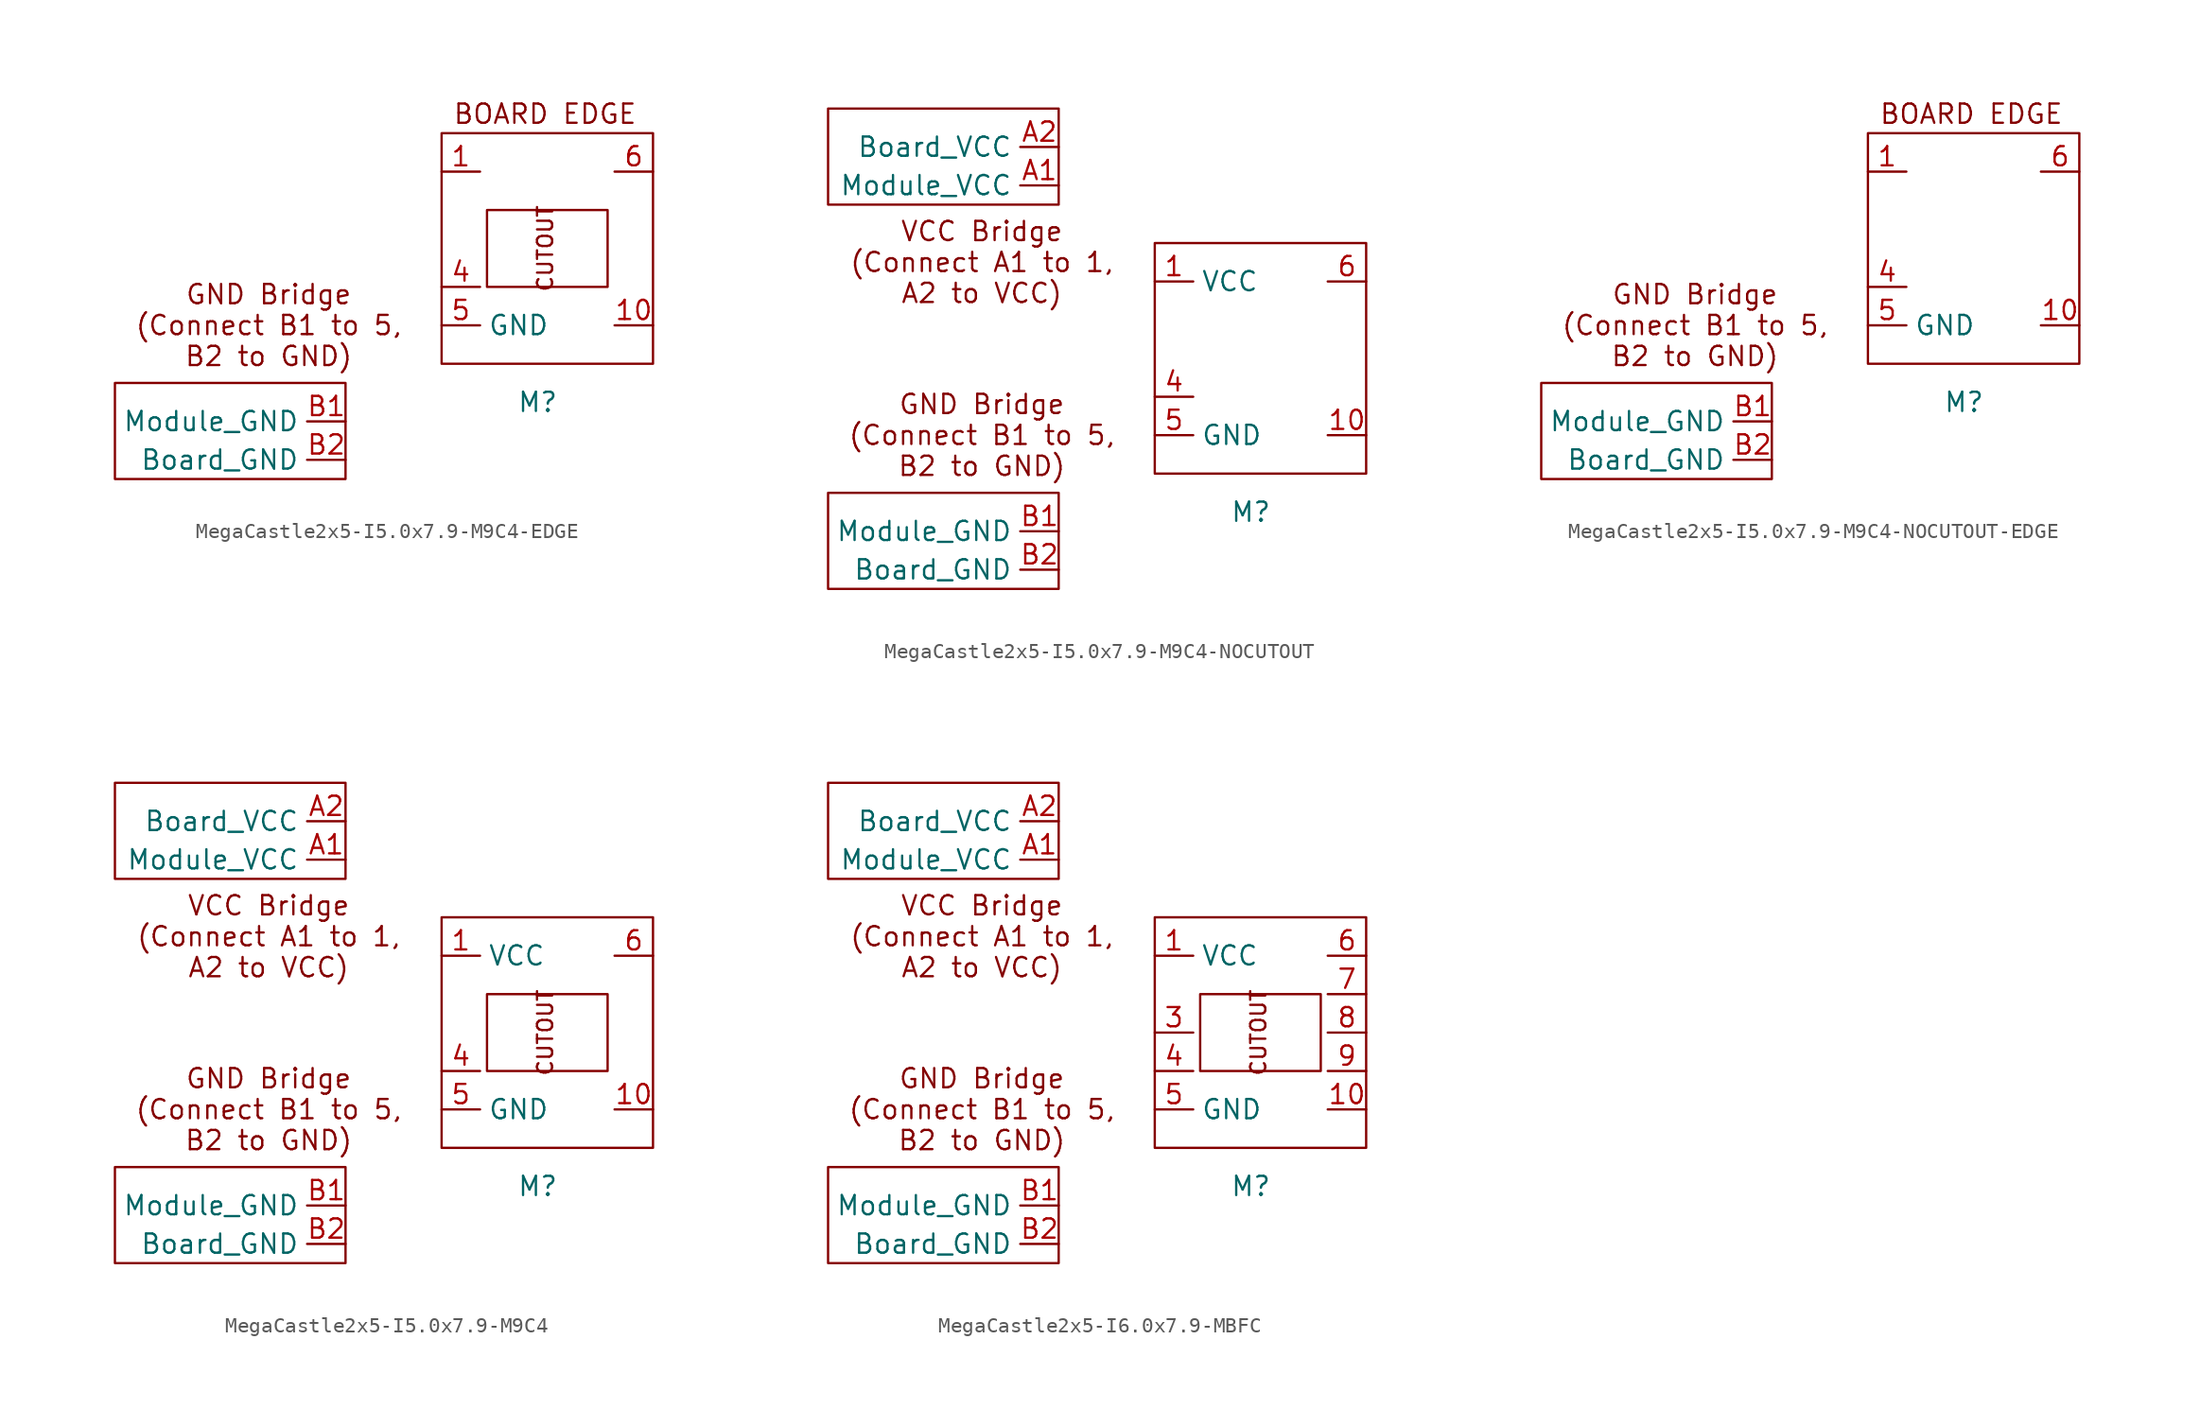
<source format=kicad_sym>
(kicad_symbol_lib
  (version 20231120)
  (generator "kicad_symbol_editor")
  (generator_version "8.0")
  (symbol "MegaCastle2x5-I5.0x7.9-M9C4-EDGE"
    (property "Reference" "M"
      (at 0 -10.16 0)
      (effects (font (size 1.27 1.27))))
    (property "Value" ""
      (at 0 5.08 0)
      (effects (font (size 1.27 1.27))))
    (symbol "MegaCastle2x5-I5.0x7.9-M9C4-EDGE_0_1"
      (rectangle (start -27.94 -8.89) (end -12.7 -15.24) (stroke (width 0) (type default)) (fill (type none)))
      (rectangle (start -6.35 7.62) (end 7.62 -7.62) (stroke (width 0) (type default)) (fill (type none)))
      (rectangle (start -3.35 2.54) (end 4.62 -2.54) (stroke (width 0) (type default)) (fill (type none))))
    (symbol "MegaCastle2x5-I5.0x7.9-M9C4-EDGE_1_1"
      (text " BOARD EDGE" (at 0 8.89 0) (effects (font (size 1.27 1.27))))
      (text "CUTOUT" (at 0.5 0 900) (effects (font (size 1 1))))
      (text "GND Bridge\n(Connect B1 to 5,\nB2 to GND)" (at -17.78 -5.08 0) (effects (font (size 1.27 1.27))))
      (pin bidirectional line (at -6.35 5.08 0) (length 2.54) (name "" (effects (font (size 1.27 1.27)))) (number "1" (effects (font (size 1.27 1.27)))))
      (pin bidirectional line (at 7.62 -5.08 180) (length 2.54) (name "" (effects (font (size 1.27 1.27)))) (number "10" (effects (font (size 1.27 1.27)))))
      (pin bidirectional line (at -6.35 -2.54 0) (length 2.54) (name "" (effects (font (size 1.27 1.27)))) (number "4" (effects (font (size 1.27 1.27)))))
      (pin bidirectional line (at -6.35 -5.08 0) (length 2.54) (name "GND" (effects (font (size 1.27 1.27)))) (number "5" (effects (font (size 1.27 1.27)))))
      (pin bidirectional line (at 7.62 5.08 180) (length 2.54) (name "" (effects (font (size 1.27 1.27)))) (number "6" (effects (font (size 1.27 1.27)))))
      (pin bidirectional line (at -12.7 -11.43 180) (length 2.54) (name "Module_GND" (effects (font (size 1.27 1.27)))) (number "B1" (effects (font (size 1.27 1.27)))))
      (pin bidirectional line (at -12.7 -13.97 180) (length 2.54) (name "Board_GND" (effects (font (size 1.27 1.27)))) (number "B2" (effects (font (size 1.27 1.27)))))))
  (symbol "MegaCastle2x5-I5.0x7.9-M9C4-NOCUTOUT"
    (property "Reference" "M"
      (at 0 -10.16 0)
      (effects (font (size 1.27 1.27))))
    (property "Value" ""
      (at 0 5.08 0)
      (effects (font (size 1.27 1.27))))
    (symbol "MegaCastle2x5-I5.0x7.9-M9C4-NOCUTOUT_0_1"
      (rectangle (start -27.94 -8.89) (end -12.7 -15.24) (stroke (width 0) (type default)) (fill (type none)))
      (rectangle (start -27.94 16.51) (end -12.7 10.16) (stroke (width 0) (type default)) (fill (type none)))
      (rectangle (start -6.35 7.62) (end 7.62 -7.62) (stroke (width 0) (type default)) (fill (type none))))
    (symbol "MegaCastle2x5-I5.0x7.9-M9C4-NOCUTOUT_1_1"
      (text "GND Bridge\n(Connect B1 to 5,\nB2 to GND)" (at -17.78 -5.08 0) (effects (font (size 1.27 1.27))))
      (text "VCC Bridge\n(Connect A1 to 1,\nA2 to VCC)" (at -17.78 6.35 0) (effects (font (size 1.27 1.27))))
      (pin bidirectional line (at -6.35 5.08 0) (length 2.54) (name "VCC" (effects (font (size 1.27 1.27)))) (number "1" (effects (font (size 1.27 1.27)))))
      (pin bidirectional line (at 7.62 -5.08 180) (length 2.54) (name "" (effects (font (size 1.27 1.27)))) (number "10" (effects (font (size 1.27 1.27)))))
      (pin bidirectional line (at -6.35 -2.54 0) (length 2.54) (name "" (effects (font (size 1.27 1.27)))) (number "4" (effects (font (size 1.27 1.27)))))
      (pin bidirectional line (at -6.35 -5.08 0) (length 2.54) (name "GND" (effects (font (size 1.27 1.27)))) (number "5" (effects (font (size 1.27 1.27)))))
      (pin bidirectional line (at 7.62 5.08 180) (length 2.54) (name "" (effects (font (size 1.27 1.27)))) (number "6" (effects (font (size 1.27 1.27)))))
      (pin bidirectional line (at -12.7 11.43 180) (length 2.54) (name "Module_VCC" (effects (font (size 1.27 1.27)))) (number "A1" (effects (font (size 1.27 1.27)))))
      (pin bidirectional line (at -12.7 13.97 180) (length 2.54) (name "Board_VCC" (effects (font (size 1.27 1.27)))) (number "A2" (effects (font (size 1.27 1.27)))))
      (pin bidirectional line (at -12.7 -11.43 180) (length 2.54) (name "Module_GND" (effects (font (size 1.27 1.27)))) (number "B1" (effects (font (size 1.27 1.27)))))
      (pin bidirectional line (at -12.7 -13.97 180) (length 2.54) (name "Board_GND" (effects (font (size 1.27 1.27)))) (number "B2" (effects (font (size 1.27 1.27)))))))
  (symbol "MegaCastle2x5-I5.0x7.9-M9C4-NOCUTOUT-EDGE"
    (property "Reference" "M"
      (at 0 -10.16 0)
      (effects (font (size 1.27 1.27))))
    (property "Value" ""
      (at 0 5.08 0)
      (effects (font (size 1.27 1.27))))
    (symbol "MegaCastle2x5-I5.0x7.9-M9C4-NOCUTOUT-EDGE_0_1"
      (rectangle (start -27.94 -8.89) (end -12.7 -15.24) (stroke (width 0) (type default)) (fill (type none)))
      (rectangle (start -6.35 7.62) (end 7.62 -7.62) (stroke (width 0) (type default)) (fill (type none))))
    (symbol "MegaCastle2x5-I5.0x7.9-M9C4-NOCUTOUT-EDGE_1_1"
      (text " BOARD EDGE" (at 0 8.89 0) (effects (font (size 1.27 1.27))))
      (text "GND Bridge\n(Connect B1 to 5,\nB2 to GND)" (at -17.78 -5.08 0) (effects (font (size 1.27 1.27))))
      (pin bidirectional line (at -6.35 5.08 0) (length 2.54) (name "" (effects (font (size 1.27 1.27)))) (number "1" (effects (font (size 1.27 1.27)))))
      (pin bidirectional line (at 7.62 -5.08 180) (length 2.54) (name "" (effects (font (size 1.27 1.27)))) (number "10" (effects (font (size 1.27 1.27)))))
      (pin bidirectional line (at -6.35 -2.54 0) (length 2.54) (name "" (effects (font (size 1.27 1.27)))) (number "4" (effects (font (size 1.27 1.27)))))
      (pin bidirectional line (at -6.35 -5.08 0) (length 2.54) (name "GND" (effects (font (size 1.27 1.27)))) (number "5" (effects (font (size 1.27 1.27)))))
      (pin bidirectional line (at 7.62 5.08 180) (length 2.54) (name "" (effects (font (size 1.27 1.27)))) (number "6" (effects (font (size 1.27 1.27)))))
      (pin bidirectional line (at -12.7 -11.43 180) (length 2.54) (name "Module_GND" (effects (font (size 1.27 1.27)))) (number "B1" (effects (font (size 1.27 1.27)))))
      (pin bidirectional line (at -12.7 -13.97 180) (length 2.54) (name "Board_GND" (effects (font (size 1.27 1.27)))) (number "B2" (effects (font (size 1.27 1.27)))))))
  (symbol "MegaCastle2x5-I5.0x7.9-M9C4"
    (property "Reference" "M"
      (at 0 -10.16 0)
      (effects (font (size 1.27 1.27))))
    (property "Value" ""
      (at 0 5.08 0)
      (effects (font (size 1.27 1.27))))
    (symbol "MegaCastle2x5-I5.0x7.9-M9C4_0_1"
      (rectangle (start -27.94 -8.89) (end -12.7 -15.24) (stroke (width 0) (type default)) (fill (type none)))
      (rectangle (start -27.94 16.51) (end -12.7 10.16) (stroke (width 0) (type default)) (fill (type none)))
      (rectangle (start -6.35 7.62) (end 7.62 -7.62) (stroke (width 0) (type default)) (fill (type none)))
      (rectangle (start -3.35 2.54) (end 4.62 -2.54) (stroke (width 0) (type default)) (fill (type none))))
    (symbol "MegaCastle2x5-I5.0x7.9-M9C4_1_1"
      (text "CUTOUT" (at 0.5 0 900) (effects (font (size 1 1))))
      (text "GND Bridge\n(Connect B1 to 5,\nB2 to GND)" (at -17.78 -5.08 0) (effects (font (size 1.27 1.27))))
      (text "VCC Bridge\n(Connect A1 to 1,\nA2 to VCC)" (at -17.78 6.35 0) (effects (font (size 1.27 1.27))))
      (pin bidirectional line (at -6.35 5.08 0) (length 2.54) (name "VCC" (effects (font (size 1.27 1.27)))) (number "1" (effects (font (size 1.27 1.27)))))
      (pin bidirectional line (at 7.62 -5.08 180) (length 2.54) (name "" (effects (font (size 1.27 1.27)))) (number "10" (effects (font (size 1.27 1.27)))))
      (pin bidirectional line (at -6.35 -2.54 0) (length 2.54) (name "" (effects (font (size 1.27 1.27)))) (number "4" (effects (font (size 1.27 1.27)))))
      (pin bidirectional line (at -6.35 -5.08 0) (length 2.54) (name "GND" (effects (font (size 1.27 1.27)))) (number "5" (effects (font (size 1.27 1.27)))))
      (pin bidirectional line (at 7.62 5.08 180) (length 2.54) (name "" (effects (font (size 1.27 1.27)))) (number "6" (effects (font (size 1.27 1.27)))))
      (pin bidirectional line (at -12.7 11.43 180) (length 2.54) (name "Module_VCC" (effects (font (size 1.27 1.27)))) (number "A1" (effects (font (size 1.27 1.27)))))
      (pin bidirectional line (at -12.7 13.97 180) (length 2.54) (name "Board_VCC" (effects (font (size 1.27 1.27)))) (number "A2" (effects (font (size 1.27 1.27)))))
      (pin bidirectional line (at -12.7 -11.43 180) (length 2.54) (name "Module_GND" (effects (font (size 1.27 1.27)))) (number "B1" (effects (font (size 1.27 1.27)))))
      (pin bidirectional line (at -12.7 -13.97 180) (length 2.54) (name "Board_GND" (effects (font (size 1.27 1.27)))) (number "B2" (effects (font (size 1.27 1.27)))))))
  (symbol "MegaCastle2x5-I6.0x7.9-MBFC"
    (property "Reference" "M"
      (at 0 -10.16 0)
      (effects (font (size 1.27 1.27))))
    (property "Value" ""
      (at 0 5.08 0)
      (effects (font (size 1.27 1.27))))
    (symbol "MegaCastle2x5-I6.0x7.9-MBFC_0_1"
      (rectangle (start -27.94 -8.89) (end -12.7 -15.24) (stroke (width 0) (type default)) (fill (type none)))
      (rectangle (start -27.94 16.51) (end -12.7 10.16) (stroke (width 0) (type default)) (fill (type none)))
      (rectangle (start -6.35 7.62) (end 7.62 -7.62) (stroke (width 0) (type default)) (fill (type none)))
      (rectangle (start -3.35 2.54) (end 4.62 -2.54) (stroke (width 0) (type default)) (fill (type none))))
    (symbol "MegaCastle2x5-I6.0x7.9-MBFC_1_1"
      (text "CUTOUT" (at 0.5 0 900) (effects (font (size 1 1))))
      (text "GND Bridge\n(Connect B1 to 5,\nB2 to GND)" (at -17.78 -5.08 0) (effects (font (size 1.27 1.27))))
      (text "VCC Bridge\n(Connect A1 to 1,\nA2 to VCC)" (at -17.78 6.35 0) (effects (font (size 1.27 1.27))))
      (pin bidirectional line (at -6.35 5.08 0) (length 2.54) (name "VCC" (effects (font (size 1.27 1.27)))) (number "1" (effects (font (size 1.27 1.27)))))
      (pin bidirectional line (at 7.62 -5.08 180) (length 2.54) (name "" (effects (font (size 1.27 1.27)))) (number "10" (effects (font (size 1.27 1.27)))))
      (pin bidirectional line (at -6.35 0 0) (length 2.54) (name "" (effects (font (size 1.27 1.27)))) (number "3" (effects (font (size 1.27 1.27)))))
      (pin bidirectional line (at -6.35 -2.54 0) (length 2.54) (name "" (effects (font (size 1.27 1.27)))) (number "4" (effects (font (size 1.27 1.27)))))
      (pin bidirectional line (at -6.35 -5.08 0) (length 2.54) (name "GND" (effects (font (size 1.27 1.27)))) (number "5" (effects (font (size 1.27 1.27)))))
      (pin bidirectional line (at 7.62 5.08 180) (length 2.54) (name "" (effects (font (size 1.27 1.27)))) (number "6" (effects (font (size 1.27 1.27)))))
      (pin bidirectional line (at 7.62 2.54 180) (length 2.54) (name "" (effects (font (size 1.27 1.27)))) (number "7" (effects (font (size 1.27 1.27)))))
      (pin bidirectional line (at 7.62 0 180) (length 2.54) (name "" (effects (font (size 1.27 1.27)))) (number "8" (effects (font (size 1.27 1.27)))))
      (pin bidirectional line (at 7.62 -2.54 180) (length 2.54) (name "" (effects (font (size 1.27 1.27)))) (number "9" (effects (font (size 1.27 1.27)))))
      (pin bidirectional line (at -12.7 11.43 180) (length 2.54) (name "Module_VCC" (effects (font (size 1.27 1.27)))) (number "A1" (effects (font (size 1.27 1.27)))))
      (pin bidirectional line (at -12.7 13.97 180) (length 2.54) (name "Board_VCC" (effects (font (size 1.27 1.27)))) (number "A2" (effects (font (size 1.27 1.27)))))
      (pin bidirectional line (at -12.7 -11.43 180) (length 2.54) (name "Module_GND" (effects (font (size 1.27 1.27)))) (number "B1" (effects (font (size 1.27 1.27)))))
      (pin bidirectional line (at -12.7 -13.97 180) (length 2.54) (name "Board_GND" (effects (font (size 1.27 1.27)))) (number "B2" (effects (font (size 1.27 1.27))))))))
</source>
